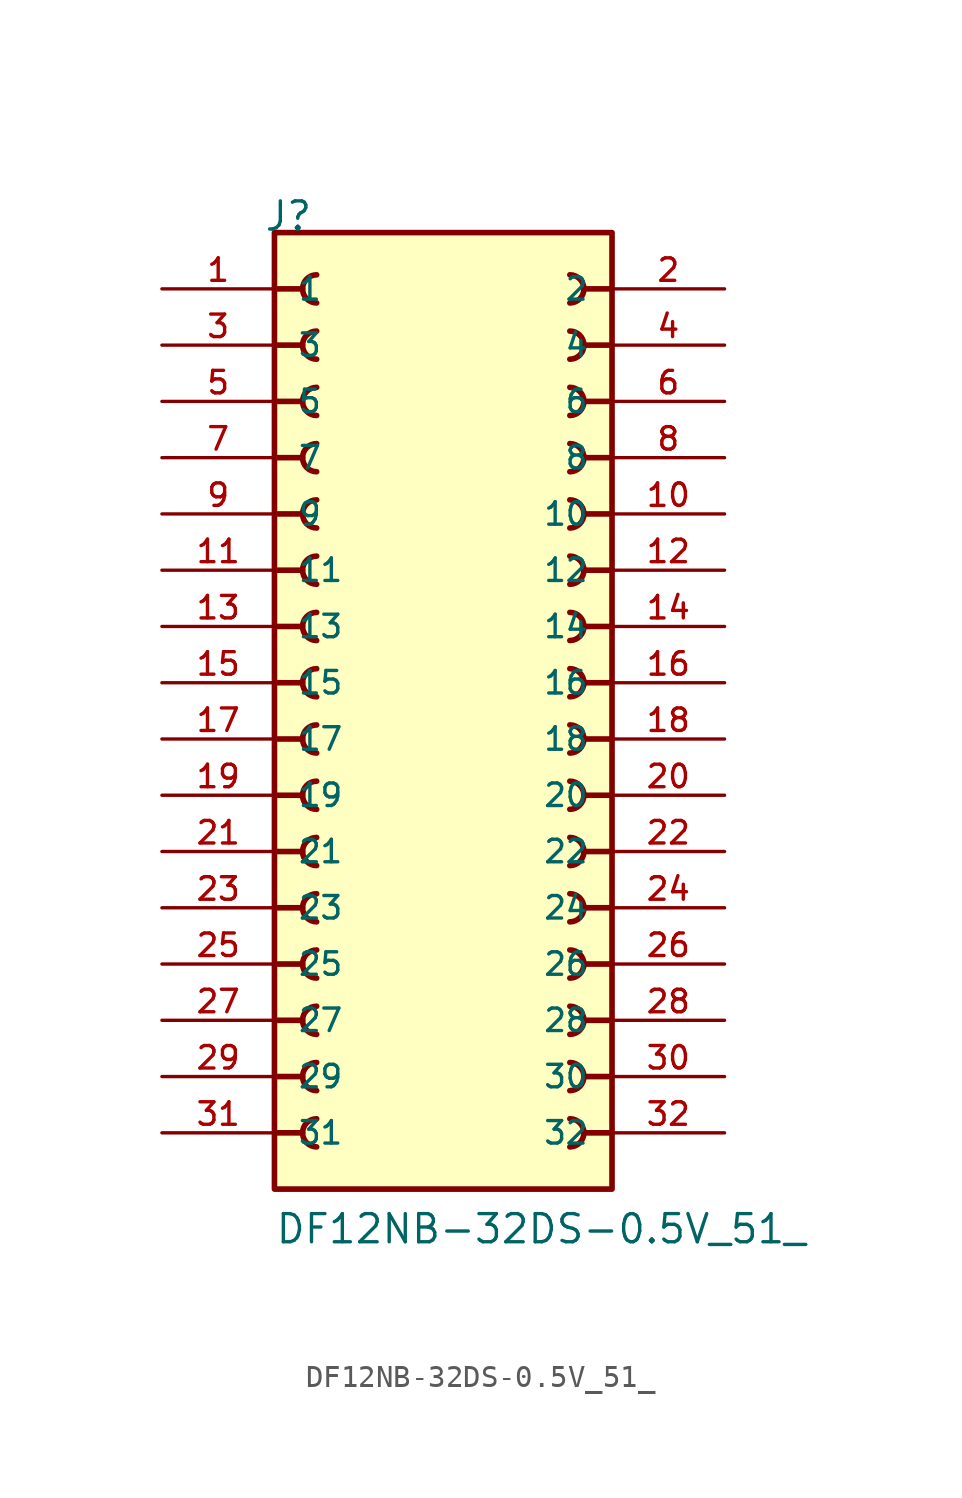
<source format=kicad_sym>
(kicad_symbol_lib
  (version 20211014)
  (generator kicad_symbol_editor)
  (symbol "DF12NB-32DS-0.5V_51_"
    (pin_names
      (offset 1.016))
    (property "Reference" "J"
      (at -8.12 22.86 0)
      (effects (font (size 1.27 1.27)) (justify bottom left)))
    (property "Value" "DF12NB-32DS-0.5V_51_"
      (at -7.62 -22.86 0)
      (effects (font (size 1.27 1.27)) (justify bottom left)))
    (symbol "DF12NB-32DS-0.5V_51__0_0"
      (polyline (pts (xy -7.62 20.32) (xy -6.35 20.32)) (stroke (width 0.254)))
      (arc (start -5.715 20.955) (mid -6.35 20.32) (end -5.715 19.685) (stroke (width 0.254) (type default) (color 0 0 0 0)) (fill (type none)))
      (polyline (pts (xy 7.62 20.32) (xy 6.35 20.32)) (stroke (width 0.254)))
      (arc (start 5.715 19.685) (mid 6.35 20.32) (end 5.715 20.955) (stroke (width 0.254) (type default) (color 0 0 0 0)) (fill (type none)))
      (polyline (pts (xy -7.62 17.78) (xy -6.35 17.78)) (stroke (width 0.254)))
      (arc (start -5.715 18.415) (mid -6.35 17.78) (end -5.715 17.145) (stroke (width 0.254) (type default) (color 0 0 0 0)) (fill (type none)))
      (polyline (pts (xy 7.62 17.78) (xy 6.35 17.78)) (stroke (width 0.254)))
      (arc (start 5.715 17.145) (mid 6.35 17.78) (end 5.715 18.415) (stroke (width 0.254) (type default) (color 0 0 0 0)) (fill (type none)))
      (polyline (pts (xy -7.62 15.24) (xy -6.35 15.24)) (stroke (width 0.254)))
      (arc (start -5.715 15.875) (mid -6.35 15.24) (end -5.715 14.605) (stroke (width 0.254) (type default) (color 0 0 0 0)) (fill (type none)))
      (polyline (pts (xy 7.62 15.24) (xy 6.35 15.24)) (stroke (width 0.254)))
      (arc (start 5.715 14.605) (mid 6.35 15.24) (end 5.715 15.875) (stroke (width 0.254) (type default) (color 0 0 0 0)) (fill (type none)))
      (polyline (pts (xy -7.62 12.7) (xy -6.35 12.7)) (stroke (width 0.254)))
      (arc (start -5.715 13.335) (mid -6.35 12.7) (end -5.715 12.065) (stroke (width 0.254) (type default) (color 0 0 0 0)) (fill (type none)))
      (polyline (pts (xy 7.62 12.7) (xy 6.35 12.7)) (stroke (width 0.254)))
      (arc (start 5.715 12.065) (mid 6.35 12.7) (end 5.715 13.335) (stroke (width 0.254) (type default) (color 0 0 0 0)) (fill (type none)))
      (polyline (pts (xy -7.62 10.16) (xy -6.35 10.16)) (stroke (width 0.254)))
      (arc (start -5.715 10.795) (mid -6.35 10.16) (end -5.715 9.525) (stroke (width 0.254) (type default) (color 0 0 0 0)) (fill (type none)))
      (polyline (pts (xy 7.62 10.16) (xy 6.35 10.16)) (stroke (width 0.254)))
      (arc (start 5.715 9.525) (mid 6.35 10.16) (end 5.715 10.795) (stroke (width 0.254) (type default) (color 0 0 0 0)) (fill (type none)))
      (polyline (pts (xy -7.62 7.62) (xy -6.35 7.62)) (stroke (width 0.254)))
      (arc (start -5.715 8.255) (mid -6.35 7.62) (end -5.715 6.985) (stroke (width 0.254) (type default) (color 0 0 0 0)) (fill (type none)))
      (polyline (pts (xy 7.62 7.62) (xy 6.35 7.62)) (stroke (width 0.254)))
      (arc (start 5.715 6.985) (mid 6.35 7.62) (end 5.715 8.255) (stroke (width 0.254) (type default) (color 0 0 0 0)) (fill (type none)))
      (polyline (pts (xy -7.62 5.08) (xy -6.35 5.08)) (stroke (width 0.254)))
      (arc (start -5.715 5.715) (mid -6.35 5.08) (end -5.715 4.445) (stroke (width 0.254) (type default) (color 0 0 0 0)) (fill (type none)))
      (polyline (pts (xy 7.62 5.08) (xy 6.35 5.08)) (stroke (width 0.254)))
      (arc (start 5.715 4.445) (mid 6.35 5.08) (end 5.715 5.715) (stroke (width 0.254) (type default) (color 0 0 0 0)) (fill (type none)))
      (polyline (pts (xy -7.62 2.54) (xy -6.35 2.54)) (stroke (width 0.254)))
      (arc (start -5.715 3.175) (mid -6.35 2.54) (end -5.715 1.905) (stroke (width 0.254) (type default) (color 0 0 0 0)) (fill (type none)))
      (polyline (pts (xy 7.62 2.54) (xy 6.35 2.54)) (stroke (width 0.254)))
      (arc (start 5.715 1.905) (mid 6.35 2.54) (end 5.715 3.175) (stroke (width 0.254) (type default) (color 0 0 0 0)) (fill (type none)))
      (polyline (pts (xy -7.62 0.0) (xy -6.35 0.0)) (stroke (width 0.254)))
      (arc (start -5.715 0.635) (mid -6.35 -0.0) (end -5.715 -0.635) (stroke (width 0.254) (type default) (color 0 0 0 0)) (fill (type none)))
      (polyline (pts (xy 7.62 0.0) (xy 6.35 0.0)) (stroke (width 0.254)))
      (arc (start 5.715 -0.635) (mid 6.35 0.0) (end 5.715 0.635) (stroke (width 0.254) (type default) (color 0 0 0 0)) (fill (type none)))
      (polyline (pts (xy -7.62 -2.54) (xy -6.35 -2.54)) (stroke (width 0.254)))
      (arc (start -5.715 -1.905) (mid -6.35 -2.54) (end -5.715 -3.175) (stroke (width 0.254) (type default) (color 0 0 0 0)) (fill (type none)))
      (polyline (pts (xy 7.62 -2.54) (xy 6.35 -2.54)) (stroke (width 0.254)))
      (arc (start 5.715 -3.175) (mid 6.35 -2.54) (end 5.715 -1.905) (stroke (width 0.254) (type default) (color 0 0 0 0)) (fill (type none)))
      (polyline (pts (xy -7.62 -5.08) (xy -6.35 -5.08)) (stroke (width 0.254)))
      (arc (start -5.715 -4.445) (mid -6.35 -5.08) (end -5.715 -5.715) (stroke (width 0.254) (type default) (color 0 0 0 0)) (fill (type none)))
      (polyline (pts (xy 7.62 -5.08) (xy 6.35 -5.08)) (stroke (width 0.254)))
      (arc (start 5.715 -5.715) (mid 6.35 -5.08) (end 5.715 -4.445) (stroke (width 0.254) (type default) (color 0 0 0 0)) (fill (type none)))
      (polyline (pts (xy -7.62 -7.62) (xy -6.35 -7.62)) (stroke (width 0.254)))
      (arc (start -5.715 -6.985) (mid -6.35 -7.62) (end -5.715 -8.255) (stroke (width 0.254) (type default) (color 0 0 0 0)) (fill (type none)))
      (polyline (pts (xy 7.62 -7.62) (xy 6.35 -7.62)) (stroke (width 0.254)))
      (arc (start 5.715 -8.255) (mid 6.35 -7.62) (end 5.715 -6.985) (stroke (width 0.254) (type default) (color 0 0 0 0)) (fill (type none)))
      (polyline (pts (xy -7.62 -10.16) (xy -6.35 -10.16)) (stroke (width 0.254)))
      (arc (start -5.715 -9.525) (mid -6.35 -10.16) (end -5.715 -10.795) (stroke (width 0.254) (type default) (color 0 0 0 0)) (fill (type none)))
      (polyline (pts (xy 7.62 -10.16) (xy 6.35 -10.16)) (stroke (width 0.254)))
      (arc (start 5.715 -10.795) (mid 6.35 -10.16) (end 5.715 -9.525) (stroke (width 0.254) (type default) (color 0 0 0 0)) (fill (type none)))
      (polyline (pts (xy -7.62 -12.7) (xy -6.35 -12.7)) (stroke (width 0.254)))
      (arc (start -5.715 -12.065) (mid -6.35 -12.7) (end -5.715 -13.335) (stroke (width 0.254) (type default) (color 0 0 0 0)) (fill (type none)))
      (polyline (pts (xy 7.62 -12.7) (xy 6.35 -12.7)) (stroke (width 0.254)))
      (arc (start 5.715 -13.335) (mid 6.35 -12.7) (end 5.715 -12.065) (stroke (width 0.254) (type default) (color 0 0 0 0)) (fill (type none)))
      (polyline (pts (xy -7.62 -15.24) (xy -6.35 -15.24)) (stroke (width 0.254)))
      (arc (start -5.715 -14.605) (mid -6.35 -15.24) (end -5.715 -15.875) (stroke (width 0.254) (type default) (color 0 0 0 0)) (fill (type none)))
      (polyline (pts (xy 7.62 -15.24) (xy 6.35 -15.24)) (stroke (width 0.254)))
      (arc (start 5.715 -15.875) (mid 6.35 -15.24) (end 5.715 -14.605) (stroke (width 0.254) (type default) (color 0 0 0 0)) (fill (type none)))
      (polyline (pts (xy -7.62 -17.78) (xy -6.35 -17.78)) (stroke (width 0.254)))
      (arc (start -5.715 -17.145) (mid -6.35 -17.78) (end -5.715 -18.415) (stroke (width 0.254) (type default) (color 0 0 0 0)) (fill (type none)))
      (polyline (pts (xy 7.62 -17.78) (xy 6.35 -17.78)) (stroke (width 0.254)))
      (arc (start 5.715 -18.415) (mid 6.35 -17.78) (end 5.715 -17.145) (stroke (width 0.254) (type default) (color 0 0 0 0)) (fill (type none)))
      (rectangle (start -7.62 -20.32) (end 7.62 22.86) (stroke (width 0.254)) (fill (type background)))
      (pin passive line (at -12.7 20.32 0) (length 5.08) (name "1" (effects (font (size 1.016 1.016)))) (number "1" (effects (font (size 1.016 1.016)))))
      (pin passive line (at 12.7 20.32 180.0) (length 5.08) (name "2" (effects (font (size 1.016 1.016)))) (number "2" (effects (font (size 1.016 1.016)))))
      (pin passive line (at -12.7 17.78 0) (length 5.08) (name "3" (effects (font (size 1.016 1.016)))) (number "3" (effects (font (size 1.016 1.016)))))
      (pin passive line (at 12.7 17.78 180.0) (length 5.08) (name "4" (effects (font (size 1.016 1.016)))) (number "4" (effects (font (size 1.016 1.016)))))
      (pin passive line (at -12.7 15.24 0) (length 5.08) (name "5" (effects (font (size 1.016 1.016)))) (number "5" (effects (font (size 1.016 1.016)))))
      (pin passive line (at 12.7 15.24 180.0) (length 5.08) (name "6" (effects (font (size 1.016 1.016)))) (number "6" (effects (font (size 1.016 1.016)))))
      (pin passive line (at -12.7 12.7 0) (length 5.08) (name "7" (effects (font (size 1.016 1.016)))) (number "7" (effects (font (size 1.016 1.016)))))
      (pin passive line (at 12.7 12.7 180.0) (length 5.08) (name "8" (effects (font (size 1.016 1.016)))) (number "8" (effects (font (size 1.016 1.016)))))
      (pin passive line (at -12.7 10.16 0) (length 5.08) (name "9" (effects (font (size 1.016 1.016)))) (number "9" (effects (font (size 1.016 1.016)))))
      (pin passive line (at 12.7 10.16 180.0) (length 5.08) (name "10" (effects (font (size 1.016 1.016)))) (number "10" (effects (font (size 1.016 1.016)))))
      (pin passive line (at -12.7 7.62 0) (length 5.08) (name "11" (effects (font (size 1.016 1.016)))) (number "11" (effects (font (size 1.016 1.016)))))
      (pin passive line (at 12.7 7.62 180.0) (length 5.08) (name "12" (effects (font (size 1.016 1.016)))) (number "12" (effects (font (size 1.016 1.016)))))
      (pin passive line (at -12.7 5.08 0) (length 5.08) (name "13" (effects (font (size 1.016 1.016)))) (number "13" (effects (font (size 1.016 1.016)))))
      (pin passive line (at 12.7 5.08 180.0) (length 5.08) (name "14" (effects (font (size 1.016 1.016)))) (number "14" (effects (font (size 1.016 1.016)))))
      (pin passive line (at -12.7 2.54 0) (length 5.08) (name "15" (effects (font (size 1.016 1.016)))) (number "15" (effects (font (size 1.016 1.016)))))
      (pin passive line (at 12.7 2.54 180.0) (length 5.08) (name "16" (effects (font (size 1.016 1.016)))) (number "16" (effects (font (size 1.016 1.016)))))
      (pin passive line (at -12.7 0.0 0) (length 5.08) (name "17" (effects (font (size 1.016 1.016)))) (number "17" (effects (font (size 1.016 1.016)))))
      (pin passive line (at 12.7 0.0 180.0) (length 5.08) (name "18" (effects (font (size 1.016 1.016)))) (number "18" (effects (font (size 1.016 1.016)))))
      (pin passive line (at -12.7 -2.54 0) (length 5.08) (name "19" (effects (font (size 1.016 1.016)))) (number "19" (effects (font (size 1.016 1.016)))))
      (pin passive line (at 12.7 -2.54 180.0) (length 5.08) (name "20" (effects (font (size 1.016 1.016)))) (number "20" (effects (font (size 1.016 1.016)))))
      (pin passive line (at -12.7 -5.08 0) (length 5.08) (name "21" (effects (font (size 1.016 1.016)))) (number "21" (effects (font (size 1.016 1.016)))))
      (pin passive line (at 12.7 -5.08 180.0) (length 5.08) (name "22" (effects (font (size 1.016 1.016)))) (number "22" (effects (font (size 1.016 1.016)))))
      (pin passive line (at -12.7 -7.62 0) (length 5.08) (name "23" (effects (font (size 1.016 1.016)))) (number "23" (effects (font (size 1.016 1.016)))))
      (pin passive line (at 12.7 -7.62 180.0) (length 5.08) (name "24" (effects (font (size 1.016 1.016)))) (number "24" (effects (font (size 1.016 1.016)))))
      (pin passive line (at -12.7 -10.16 0) (length 5.08) (name "25" (effects (font (size 1.016 1.016)))) (number "25" (effects (font (size 1.016 1.016)))))
      (pin passive line (at 12.7 -10.16 180.0) (length 5.08) (name "26" (effects (font (size 1.016 1.016)))) (number "26" (effects (font (size 1.016 1.016)))))
      (pin passive line (at -12.7 -12.7 0) (length 5.08) (name "27" (effects (font (size 1.016 1.016)))) (number "27" (effects (font (size 1.016 1.016)))))
      (pin passive line (at 12.7 -12.7 180.0) (length 5.08) (name "28" (effects (font (size 1.016 1.016)))) (number "28" (effects (font (size 1.016 1.016)))))
      (pin passive line (at -12.7 -15.24 0) (length 5.08) (name "29" (effects (font (size 1.016 1.016)))) (number "29" (effects (font (size 1.016 1.016)))))
      (pin passive line (at 12.7 -15.24 180.0) (length 5.08) (name "30" (effects (font (size 1.016 1.016)))) (number "30" (effects (font (size 1.016 1.016)))))
      (pin passive line (at -12.7 -17.78 0) (length 5.08) (name "31" (effects (font (size 1.016 1.016)))) (number "31" (effects (font (size 1.016 1.016)))))
      (pin passive line (at 12.7 -17.78 180.0) (length 5.08) (name "32" (effects (font (size 1.016 1.016)))) (number "32" (effects (font (size 1.016 1.016))))))))
</source>
